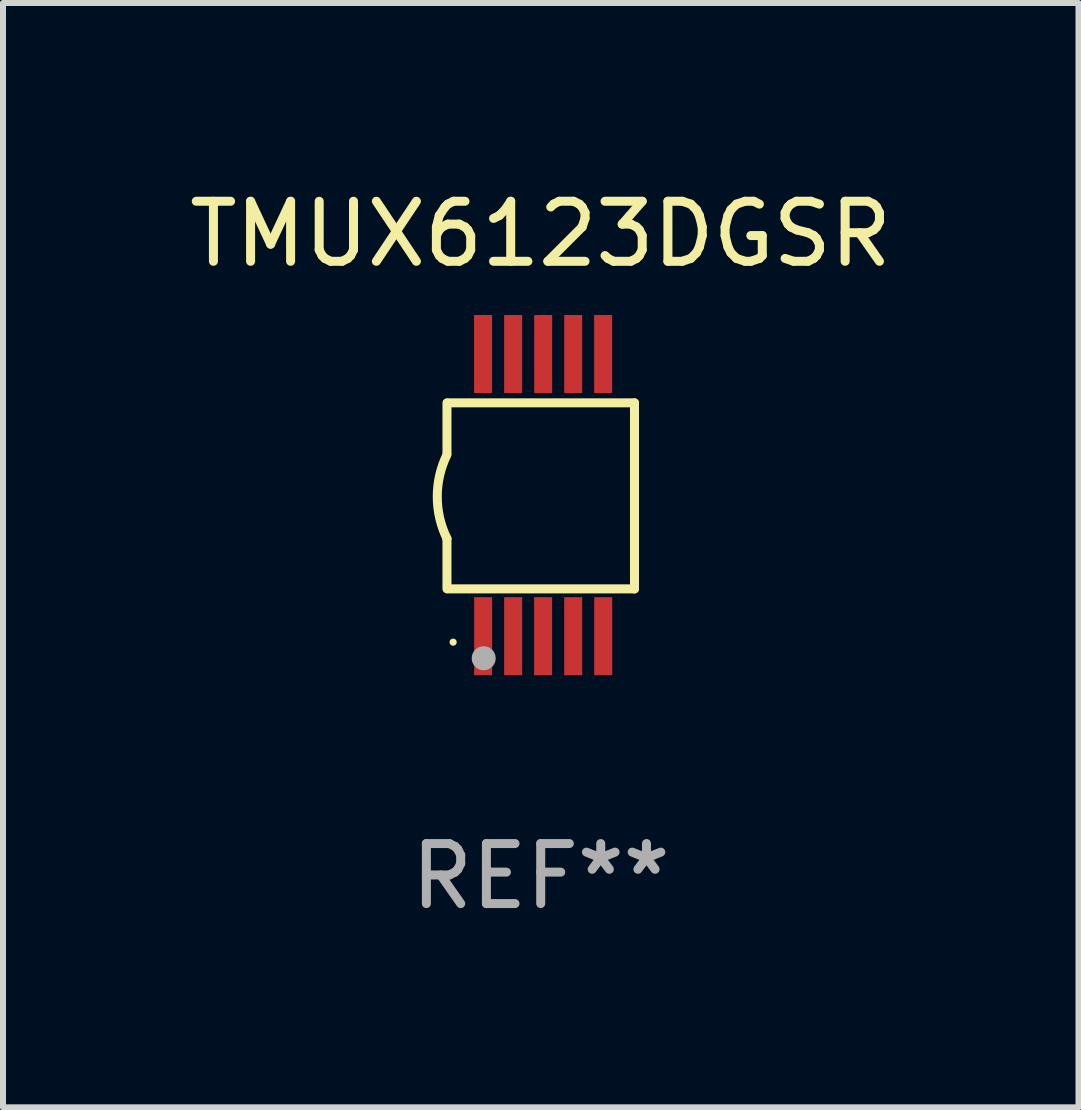
<source format=kicad_pcb>
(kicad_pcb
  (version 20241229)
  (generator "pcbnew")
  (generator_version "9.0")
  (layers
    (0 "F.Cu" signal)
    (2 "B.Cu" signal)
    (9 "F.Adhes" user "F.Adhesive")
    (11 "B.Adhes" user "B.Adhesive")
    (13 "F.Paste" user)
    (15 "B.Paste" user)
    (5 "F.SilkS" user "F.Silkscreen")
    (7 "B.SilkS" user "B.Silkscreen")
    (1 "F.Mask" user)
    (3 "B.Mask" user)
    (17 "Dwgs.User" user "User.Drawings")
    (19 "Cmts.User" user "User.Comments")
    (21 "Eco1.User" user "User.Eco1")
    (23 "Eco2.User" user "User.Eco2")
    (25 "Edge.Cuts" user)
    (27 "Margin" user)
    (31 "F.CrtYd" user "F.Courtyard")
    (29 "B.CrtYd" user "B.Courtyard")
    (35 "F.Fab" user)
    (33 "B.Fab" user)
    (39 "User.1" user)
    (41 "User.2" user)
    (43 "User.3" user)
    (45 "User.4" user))
  (footprint "TMUX6123DGSR"
    (layer "F.Cu")
    (at 5.958 5.198)
    (property "Reference" "TMUX6123DGSR" (at 0 -4.35 0) (layer "F.SilkS") (effects (font (size 1 1) (thickness 0.15))))
    (attr through_hole)
    (fp_line (start -1.562 -1.537) (end -1.562 -0.698) (stroke (width 0.15) (type solid)) (layer "F.SilkS"))
    (fp_line (start -1.562 0.724) (end -1.562 1.562) (stroke (width 0.15) (type solid)) (layer "F.SilkS"))
    (fp_line (start -1.538 -1.537) (end 1.562 -1.537) (stroke (width 0.15) (type solid)) (layer "F.SilkS"))
    (fp_line (start -1.538 1.562) (end 1.562 1.562) (stroke (width 0.15) (type solid)) (layer "F.SilkS"))
    (fp_line (start 1.562 1.564) (end 1.562 -1.537) (stroke (width 0.15) (type solid)) (layer "F.SilkS"))
    (fp_arc (start -1.562103 0.724079) (mid -1.723579 0.025578) (end -1.562103 -0.672924) (stroke (width 0.150013) (type solid)) (layer "F.SilkS"))
    (fp_circle (center -1.459 2.45) (end -1.429 2.45) (stroke (width 0.06) (type solid)) (fill no) (layer "F.SilkS"))
    (fp_circle (center -0.95 2.718) (end -0.85 2.718) (stroke (width 0.2) (type solid)) (fill no) (layer "F.Fab"))
    (fp_text user "REF**" (at 0 6.35 0) (layer "F.Fab") (effects (font (size 1 1) (thickness 0.15))))
    (pad "1" smd rect (at -0.959 2.35) (size 0.3 1.3) (layers "F.Cu" "F.Mask" "F.Paste"))
    (pad "2" smd rect (at -0.459 2.35) (size 0.3 1.3) (layers "F.Cu" "F.Mask" "F.Paste"))
    (pad "3" smd rect (at 0.04 2.35) (size 0.3 1.3) (layers "F.Cu" "F.Mask" "F.Paste"))
    (pad "4" smd rect (at 0.541 2.35) (size 0.3 1.3) (layers "F.Cu" "F.Mask" "F.Paste"))
    (pad "5" smd rect (at 1.041 2.35) (size 0.3 1.3) (layers "F.Cu" "F.Mask" "F.Paste"))
    (pad "6" smd rect (at 1.04 -2.35) (size 0.3 1.3) (layers "F.Cu" "F.Mask" "F.Paste"))
    (pad "7" smd rect (at 0.541 -2.35) (size 0.3 1.3) (layers "F.Cu" "F.Mask" "F.Paste"))
    (pad "8" smd rect (at 0.041 -2.35) (size 0.3 1.3) (layers "F.Cu" "F.Mask" "F.Paste"))
    (pad "9" smd rect (at -0.459 -2.35) (size 0.3 1.3) (layers "F.Cu" "F.Mask" "F.Paste"))
    (pad "10" smd rect (at -0.96 -2.35) (size 0.3 1.3) (layers "F.Cu" "F.Mask" "F.Paste")))
  (gr_rect
    (start -3 -3)
    (end 14.917 15.397)
    (stroke (width 0.1) (type default))
    (fill no)
    (layer "Edge.Cuts")))
</source>
